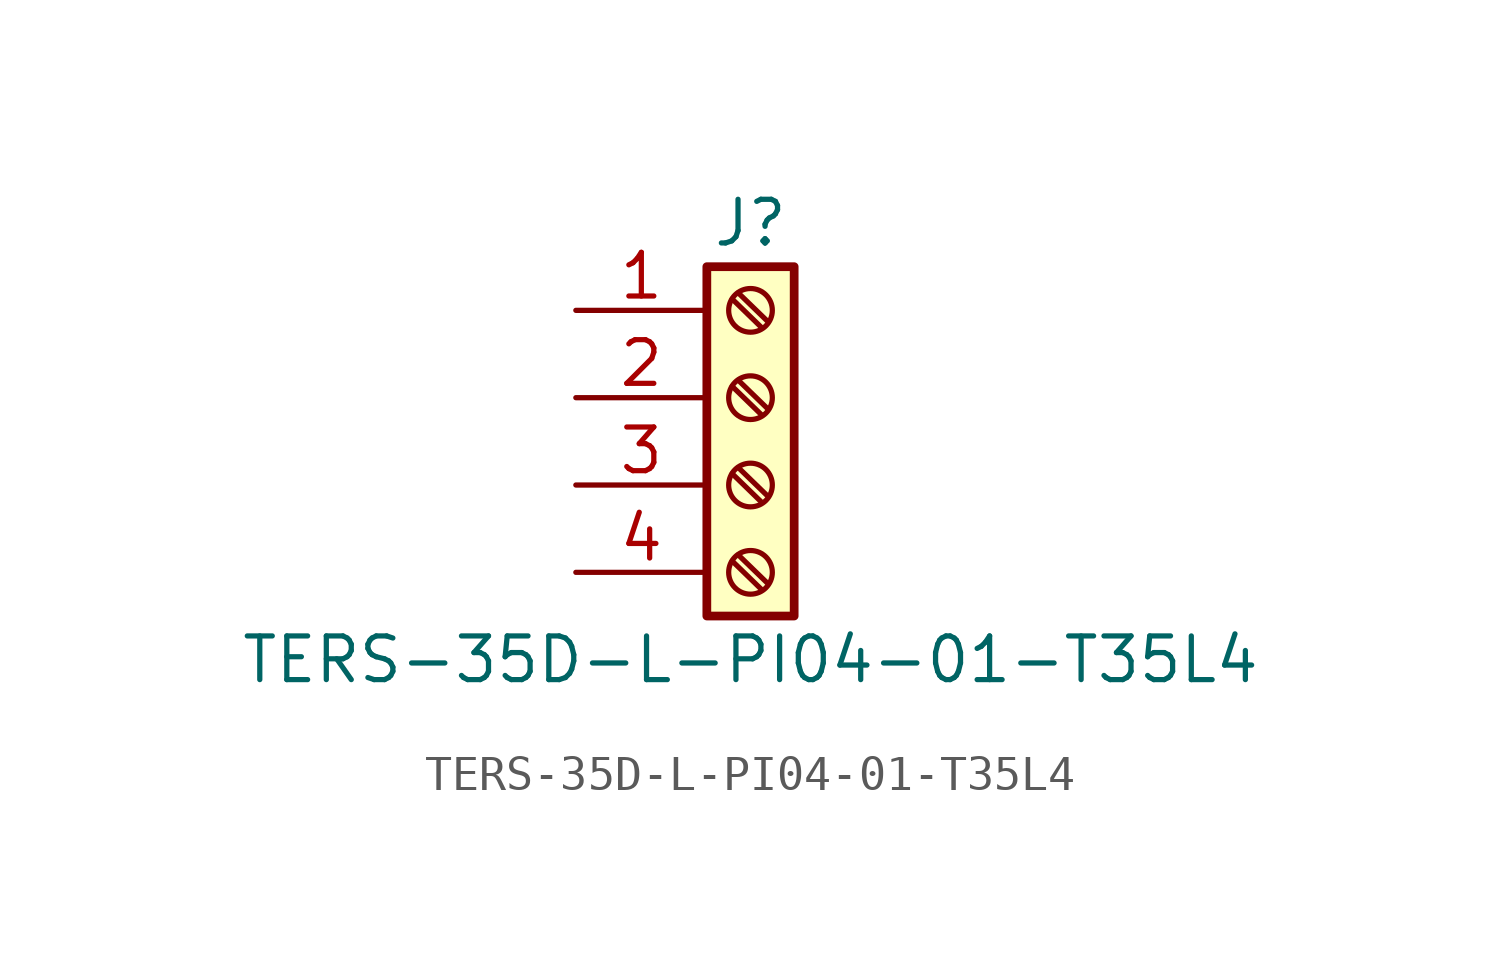
<source format=kicad_sym>
(kicad_symbol_lib
  (version 20211014)
  (generator kicad_symbol_editor)
  (symbol "TERS-35D-L-PI04-01-T35L4"
    (pin_names
      (offset 1.016) hide)
    (property "Reference" "J"
      (at 0 5.08 0)
      (effects (font (size 1.27 1.27))))
    (property "Value" "TERS-35D-L-PI04-01-T35L4"
      (at 0 -7.62 0)
      (effects (font (size 1.27 1.27))))
    (symbol "TERS-35D-L-PI04-01-T35L4_1_1"
      (rectangle (start -1.27 3.81) (end 1.27 -6.35) (stroke (width 0.254) (type default) (color 0 0 0 0)) (fill (type background)))
      (circle (center 0 -5.08) (radius 0.635) (stroke (width 0.152) (type default) (color 0 0 0 0)) (fill (type none)))
      (circle (center 0 -2.54) (radius 0.635) (stroke (width 0.152) (type default) (color 0 0 0 0)) (fill (type none)))
      (polyline (pts (xy -0.533 -4.75) (xy 0.33 -5.588)) (stroke (width 0.152) (type default) (color 0 0 0 0)) (fill (type none)))
      (polyline (pts (xy -0.533 -2.21) (xy 0.33 -3.048)) (stroke (width 0.152) (type default) (color 0 0 0 0)) (fill (type none)))
      (polyline (pts (xy -0.533 0.33) (xy 0.33 -0.508)) (stroke (width 0.152) (type default) (color 0 0 0 0)) (fill (type none)))
      (polyline (pts (xy -0.533 2.87) (xy 0.33 2.032)) (stroke (width 0.152) (type default) (color 0 0 0 0)) (fill (type none)))
      (polyline (pts (xy -0.356 -4.572) (xy 0.508 -5.41)) (stroke (width 0.152) (type default) (color 0 0 0 0)) (fill (type none)))
      (polyline (pts (xy -0.356 -2.032) (xy 0.508 -2.87)) (stroke (width 0.152) (type default) (color 0 0 0 0)) (fill (type none)))
      (polyline (pts (xy -0.356 0.508) (xy 0.508 -0.33)) (stroke (width 0.152) (type default) (color 0 0 0 0)) (fill (type none)))
      (polyline (pts (xy -0.356 3.048) (xy 0.508 2.21)) (stroke (width 0.152) (type default) (color 0 0 0 0)) (fill (type none)))
      (circle (center 0 0) (radius 0.635) (stroke (width 0.152) (type default) (color 0 0 0 0)) (fill (type none)))
      (circle (center 0 2.54) (radius 0.635) (stroke (width 0.152) (type default) (color 0 0 0 0)) (fill (type none)))
      (pin passive line (at -5.08 2.54 0) (length 3.81) (name "Pin_1" (effects (font (size 1.27 1.27)))) (number "1" (effects (font (size 1.27 1.27)))))
      (pin passive line (at -5.08 0 0) (length 3.81) (name "Pin_2" (effects (font (size 1.27 1.27)))) (number "2" (effects (font (size 1.27 1.27)))))
      (pin passive line (at -5.08 -2.54 0) (length 3.81) (name "Pin_3" (effects (font (size 1.27 1.27)))) (number "3" (effects (font (size 1.27 1.27)))))
      (pin passive line (at -5.08 -5.08 0) (length 3.81) (name "Pin_4" (effects (font (size 1.27 1.27)))) (number "4" (effects (font (size 1.27 1.27))))))))
</source>
